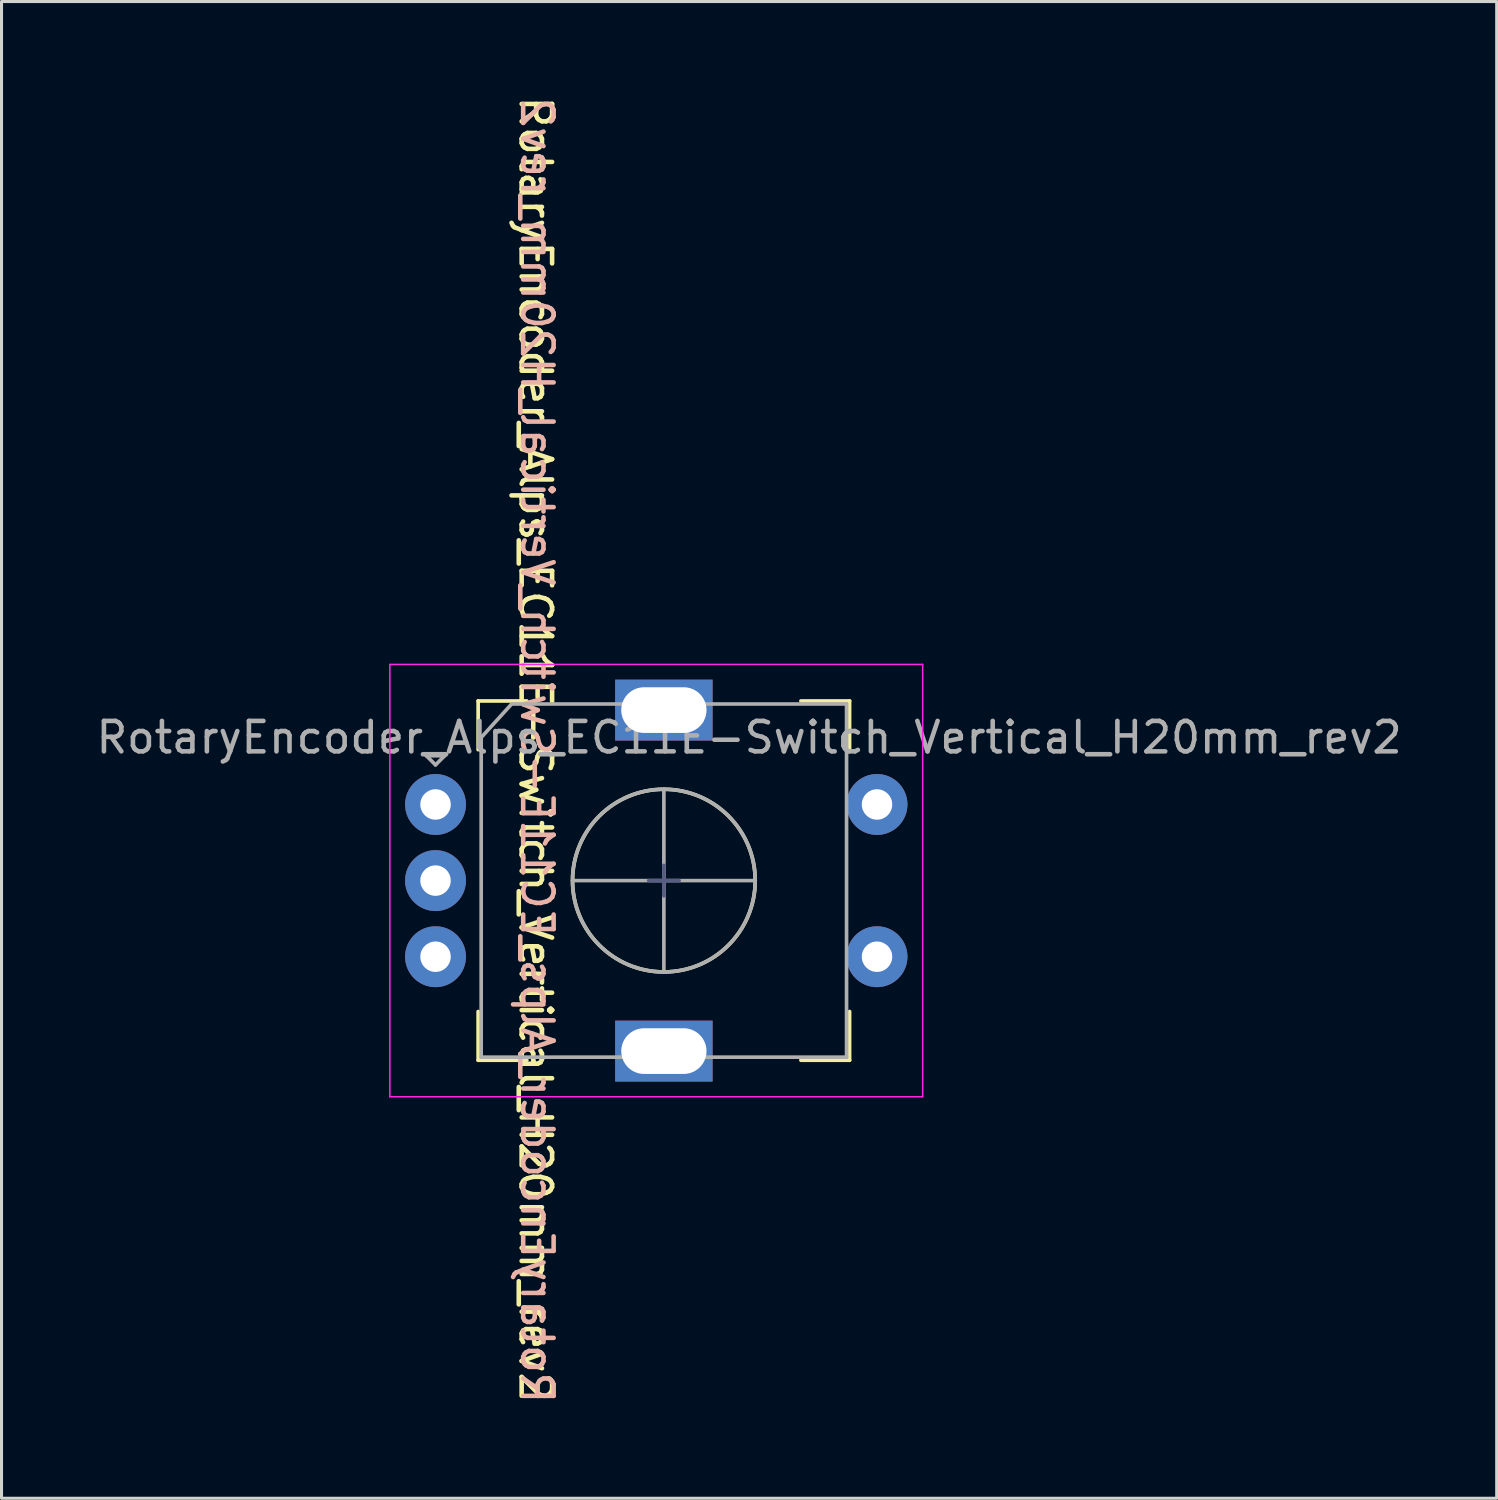
<source format=kicad_pcb>
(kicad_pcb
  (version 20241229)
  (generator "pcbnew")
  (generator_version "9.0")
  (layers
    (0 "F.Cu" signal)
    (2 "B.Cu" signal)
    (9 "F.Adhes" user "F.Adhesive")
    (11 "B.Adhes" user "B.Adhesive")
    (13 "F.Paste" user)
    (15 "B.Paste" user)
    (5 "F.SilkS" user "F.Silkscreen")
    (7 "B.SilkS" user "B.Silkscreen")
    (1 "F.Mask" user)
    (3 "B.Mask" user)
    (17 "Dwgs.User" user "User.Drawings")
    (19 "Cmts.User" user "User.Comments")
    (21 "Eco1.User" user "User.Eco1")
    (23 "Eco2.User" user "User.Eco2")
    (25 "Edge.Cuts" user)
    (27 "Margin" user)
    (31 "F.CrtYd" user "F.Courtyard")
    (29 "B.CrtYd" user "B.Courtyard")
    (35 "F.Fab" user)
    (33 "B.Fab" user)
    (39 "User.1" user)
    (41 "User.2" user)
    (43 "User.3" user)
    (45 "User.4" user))
  (footprint "RotaryEncoder_Alps_EC11E-Switch_Vertical_H20mm_rev2"
    (layer "F.Cu")
    (at 18.754 25.872)
    (property "Reference" "RotaryEncoder_Alps_EC11E-Switch_Vertical_H20mm_rev2" (at 2.8 -4.7 0) (layer "F.Fab") (effects (font (size 1 1) (thickness 0.15))))
    (attr through_hole)
    (fp_line (start -6.1 -5.9) (end -6.1 -4.3) (stroke (width 0.12) (type solid)) (layer "F.SilkS"))
    (fp_line (start -6.1 4.3) (end -6.1 5.9) (stroke (width 0.12) (type solid)) (layer "F.SilkS"))
    (fp_line (start -4.5 -5.9) (end -6.1 -5.9) (stroke (width 0.12) (type solid)) (layer "F.SilkS"))
    (fp_line (start -4.5 5.9) (end -6.1 5.9) (stroke (width 0.12) (type solid)) (layer "F.SilkS"))
    (fp_line (start 4.5 -5.9) (end 6.1 -5.9) (stroke (width 0.12) (type solid)) (layer "F.SilkS"))
    (fp_line (start 6.1 -5.9) (end 6.1 -4.3) (stroke (width 0.12) (type solid)) (layer "F.SilkS"))
    (fp_line (start 6.1 4.3) (end 6.1 5.9) (stroke (width 0.12) (type solid)) (layer "F.SilkS"))
    (fp_line (start 6.1 5.9) (end 4.5 5.9) (stroke (width 0.12) (type solid)) (layer "F.SilkS"))
    (fp_circle (center 0 0) (end 3 0) (stroke (width 0.12) (type solid)) (fill no) (layer "F.SilkS"))
    (fp_line (start -9 -7.1) (end -9 7.1) (stroke (width 0.05) (type solid)) (layer "F.CrtYd"))
    (fp_line (start -9 -7.1) (end 8.5 -7.1) (stroke (width 0.05) (type solid)) (layer "F.CrtYd"))
    (fp_line (start 8.5 7.1) (end -9 7.1) (stroke (width 0.05) (type solid)) (layer "F.CrtYd"))
    (fp_line (start 8.5 7.1) (end 8.5 -7.1) (stroke (width 0.05) (type solid)) (layer "F.CrtYd"))
    (fp_line (start -0.5 0) (end 0.5 0) (stroke (width 0.12) (type solid)) (layer "B.Fab"))
    (fp_line (start 0 -0.5) (end 0 0.5) (stroke (width 0.12) (type solid)) (layer "B.Fab"))
    (fp_line (start -7.8 -4.1) (end -7.2 -4.1) (stroke (width 0.12) (type solid)) (layer "F.Fab"))
    (fp_line (start -7.5 -3.8) (end -7.8 -4.1) (stroke (width 0.12) (type solid)) (layer "F.Fab"))
    (fp_line (start -7.2 -4.1) (end -7.5 -3.8) (stroke (width 0.12) (type solid)) (layer "F.Fab"))
    (fp_line (start -6 -4.7) (end -5 -5.8) (stroke (width 0.12) (type solid)) (layer "F.Fab"))
    (fp_line (start -6 5.8) (end -6 -4.7) (stroke (width 0.12) (type solid)) (layer "F.Fab"))
    (fp_line (start -5 -5.8) (end 6 -5.8) (stroke (width 0.12) (type solid)) (layer "F.Fab"))
    (fp_line (start -3 0) (end 3 0) (stroke (width 0.12) (type solid)) (layer "F.Fab"))
    (fp_line (start 0 -3) (end 0 3) (stroke (width 0.12) (type solid)) (layer "F.Fab"))
    (fp_line (start 6 -5.8) (end 6 5.8) (stroke (width 0.12) (type solid)) (layer "F.Fab"))
    (fp_line (start 6 5.8) (end -6 5.8) (stroke (width 0.12) (type solid)) (layer "F.Fab"))
    (fp_circle (center 0 0) (end 3 0) (stroke (width 0.12) (type solid)) (fill no) (layer "F.Fab"))
    (fp_text user "${REFERENCE}" (at -4.216 -4.318 270) (unlocked yes) (layer "F.SilkS") (effects (font (size 1 1) (thickness 0.15))))
    (fp_text user "${REFERENCE}" (at -4.166 -4.267 270) (unlocked yes) (layer "B.SilkS") (effects (font (size 1 1) (thickness 0.15)) (justify mirror)))
    (pad "A" thru_hole circle (at -7.5 -2.5) (size 2 2) (drill 1) (layers "*.Cu" "*.Mask"))
    (pad "B" thru_hole circle (at -7.5 2.5) (size 2 2) (drill 1) (layers "*.Cu" "*.Mask"))
    (pad "C" thru_hole circle (at -7.5 0) (size 2 2) (drill 1) (layers "*.Cu" "*.Mask"))
    (pad "MP" thru_hole rect (at 0 -5.6) (size 3.2 2) (drill oval 2.8 1.5) (layers "*.Cu" "*.Mask"))
    (pad "MP" thru_hole rect (at 0 5.6) (size 3.2 2) (drill oval 2.8 1.5) (layers "*.Cu" "*.Mask"))
    (pad "S1" thru_hole circle (at 7 2.5) (size 2 2) (drill 1) (layers "*.Cu" "*.Mask"))
    (pad "S2" thru_hole circle (at 7 -2.5) (size 2 2) (drill 1) (layers "*.Cu" "*.Mask")))
  (gr_rect
    (start -3 -3)
    (end 46.107 46.158)
    (stroke (width 0.1) (type default))
    (fill no)
    (layer "Edge.Cuts")))
</source>
